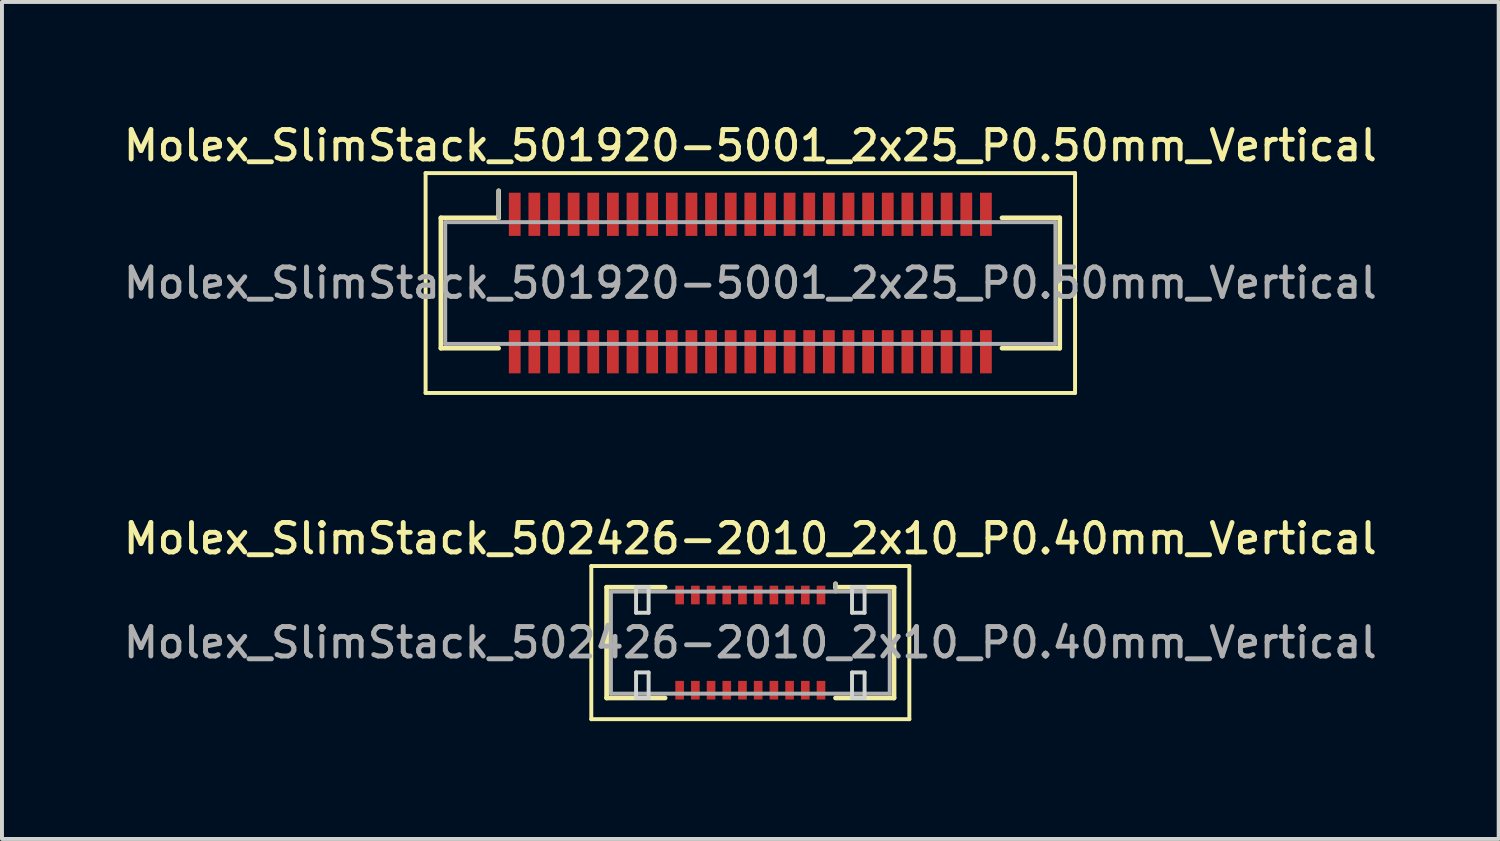
<source format=kicad_pcb>
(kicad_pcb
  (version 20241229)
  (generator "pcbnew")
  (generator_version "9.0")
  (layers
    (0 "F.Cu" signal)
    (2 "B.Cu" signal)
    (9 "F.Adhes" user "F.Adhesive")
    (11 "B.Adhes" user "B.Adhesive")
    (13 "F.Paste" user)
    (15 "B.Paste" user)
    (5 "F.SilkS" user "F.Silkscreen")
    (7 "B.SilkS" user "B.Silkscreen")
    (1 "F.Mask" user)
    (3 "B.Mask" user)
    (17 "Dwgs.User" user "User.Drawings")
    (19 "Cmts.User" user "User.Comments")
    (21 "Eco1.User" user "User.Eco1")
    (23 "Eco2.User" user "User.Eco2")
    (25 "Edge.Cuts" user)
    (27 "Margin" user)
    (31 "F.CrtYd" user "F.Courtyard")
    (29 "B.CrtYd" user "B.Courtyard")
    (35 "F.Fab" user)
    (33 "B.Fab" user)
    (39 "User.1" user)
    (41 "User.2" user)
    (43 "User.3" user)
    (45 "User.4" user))
  (footprint "Molex_SlimStack_502426-2010_2x10_P0.40mm_Vertical"
    (layer "F.Cu")
    (at 16.059 13.316)
    (property "Reference" "Molex_SlimStack_502426-2010_2x10_P0.40mm_Vertical" (at 0 -2.65 0) (layer "F.SilkS") (effects (font (size 0.75 0.75) (thickness 0.125))))
    (attr smd)
    (fp_line (start -4.05 -1.95) (end -4.05 1.95) (stroke (width 0.1) (type solid)) (layer "F.SilkS"))
    (fp_line (start -4.05 1.95) (end 4.05 1.95) (stroke (width 0.1) (type solid)) (layer "F.SilkS"))
    (fp_line (start -3.66 -1.41) (end -2.17 -1.41) (stroke (width 0.12) (type solid)) (layer "F.SilkS"))
    (fp_line (start -3.66 1.41) (end -3.66 -1.41) (stroke (width 0.12) (type solid)) (layer "F.SilkS"))
    (fp_line (start -2.17 1.41) (end -3.66 1.41) (stroke (width 0.12) (type solid)) (layer "F.SilkS"))
    (fp_line (start 2.17 -1.41) (end 2.17 -1.5) (stroke (width 0.12) (type solid)) (layer "F.SilkS"))
    (fp_line (start 2.17 1.41) (end 3.66 1.41) (stroke (width 0.12) (type solid)) (layer "F.SilkS"))
    (fp_line (start 3.66 -1.41) (end 2.17 -1.41) (stroke (width 0.12) (type solid)) (layer "F.SilkS"))
    (fp_line (start 3.66 1.41) (end 3.66 -1.41) (stroke (width 0.12) (type solid)) (layer "F.SilkS"))
    (fp_line (start 4.05 -1.95) (end -4.05 -1.95) (stroke (width 0.1) (type solid)) (layer "F.SilkS"))
    (fp_line (start 4.05 1.95) (end 4.05 -1.95) (stroke (width 0.1) (type solid)) (layer "F.SilkS"))
    (fp_line (start -2.91 -1.41) (end -2.91 -0.76) (stroke (width 0.1) (type solid)) (layer "Edge.Cuts"))
    (fp_line (start -2.91 -0.76) (end -2.59 -0.76) (stroke (width 0.1) (type solid)) (layer "Edge.Cuts"))
    (fp_line (start -2.91 0.76) (end -2.91 1.41) (stroke (width 0.1) (type solid)) (layer "Edge.Cuts"))
    (fp_line (start -2.91 1.41) (end -2.59 1.41) (stroke (width 0.1) (type solid)) (layer "Edge.Cuts"))
    (fp_line (start -2.59 -1.41) (end -2.91 -1.41) (stroke (width 0.1) (type solid)) (layer "Edge.Cuts"))
    (fp_line (start -2.59 -0.76) (end -2.59 -1.41) (stroke (width 0.1) (type solid)) (layer "Edge.Cuts"))
    (fp_line (start -2.59 0.76) (end -2.91 0.76) (stroke (width 0.1) (type solid)) (layer "Edge.Cuts"))
    (fp_line (start -2.59 1.41) (end -2.59 0.76) (stroke (width 0.1) (type solid)) (layer "Edge.Cuts"))
    (fp_line (start 2.59 -1.41) (end 2.59 -0.76) (stroke (width 0.1) (type solid)) (layer "Edge.Cuts"))
    (fp_line (start 2.59 -0.76) (end 2.91 -0.76) (stroke (width 0.1) (type solid)) (layer "Edge.Cuts"))
    (fp_line (start 2.59 0.76) (end 2.59 1.41) (stroke (width 0.1) (type solid)) (layer "Edge.Cuts"))
    (fp_line (start 2.59 1.41) (end 2.91 1.41) (stroke (width 0.1) (type solid)) (layer "Edge.Cuts"))
    (fp_line (start 2.91 -1.41) (end 2.59 -1.41) (stroke (width 0.1) (type solid)) (layer "Edge.Cuts"))
    (fp_line (start 2.91 -0.76) (end 2.91 -1.41) (stroke (width 0.1) (type solid)) (layer "Edge.Cuts"))
    (fp_line (start 2.91 0.76) (end 2.59 0.76) (stroke (width 0.1) (type solid)) (layer "Edge.Cuts"))
    (fp_line (start 2.91 1.41) (end 2.91 0.76) (stroke (width 0.1) (type solid)) (layer "Edge.Cuts"))
    (fp_line (start -3.55 -1.3) (end -3.55 1.3) (stroke (width 0.1) (type solid)) (layer "F.Fab"))
    (fp_line (start -3.55 1.3) (end 3.55 1.3) (stroke (width 0.1) (type solid)) (layer "F.Fab"))
    (fp_line (start 2.17 -1.3) (end 2.17 -1.5) (stroke (width 0.1) (type solid)) (layer "F.Fab"))
    (fp_line (start 3.55 -1.3) (end -3.55 -1.3) (stroke (width 0.1) (type solid)) (layer "F.Fab"))
    (fp_line (start 3.55 1.3) (end 3.55 -1.3) (stroke (width 0.1) (type solid)) (layer "F.Fab"))
    (fp_text user "${REFERENCE}" (at 0 0 0) (layer "F.Fab") (effects (font (size 0.75 0.75) (thickness 0.125))))
    (pad "1" smd rect (at 1.8 -1.212) (size 0.22 0.475) (layers "F.Cu" "F.Mask" "F.Paste"))
    (pad "2" smd rect (at 1.8 1.212) (size 0.22 0.475) (layers "F.Cu" "F.Mask" "F.Paste"))
    (pad "3" smd rect (at 1.4 -1.212) (size 0.22 0.475) (layers "F.Cu" "F.Mask" "F.Paste"))
    (pad "4" smd rect (at 1.4 1.212) (size 0.22 0.475) (layers "F.Cu" "F.Mask" "F.Paste"))
    (pad "5" smd rect (at 1 -1.212) (size 0.22 0.475) (layers "F.Cu" "F.Mask" "F.Paste"))
    (pad "6" smd rect (at 1 1.212) (size 0.22 0.475) (layers "F.Cu" "F.Mask" "F.Paste"))
    (pad "7" smd rect (at 0.6 -1.212) (size 0.22 0.475) (layers "F.Cu" "F.Mask" "F.Paste"))
    (pad "8" smd rect (at 0.6 1.212) (size 0.22 0.475) (layers "F.Cu" "F.Mask" "F.Paste"))
    (pad "9" smd rect (at 0.2 -1.212) (size 0.22 0.475) (layers "F.Cu" "F.Mask" "F.Paste"))
    (pad "10" smd rect (at 0.2 1.212) (size 0.22 0.475) (layers "F.Cu" "F.Mask" "F.Paste"))
    (pad "11" smd rect (at -0.2 -1.212) (size 0.22 0.475) (layers "F.Cu" "F.Mask" "F.Paste"))
    (pad "12" smd rect (at -0.2 1.212) (size 0.22 0.475) (layers "F.Cu" "F.Mask" "F.Paste"))
    (pad "13" smd rect (at -0.6 -1.212) (size 0.22 0.475) (layers "F.Cu" "F.Mask" "F.Paste"))
    (pad "14" smd rect (at -0.6 1.212) (size 0.22 0.475) (layers "F.Cu" "F.Mask" "F.Paste"))
    (pad "15" smd rect (at -1 -1.212) (size 0.22 0.475) (layers "F.Cu" "F.Mask" "F.Paste"))
    (pad "16" smd rect (at -1 1.212) (size 0.22 0.475) (layers "F.Cu" "F.Mask" "F.Paste"))
    (pad "17" smd rect (at -1.4 -1.212) (size 0.22 0.475) (layers "F.Cu" "F.Mask" "F.Paste"))
    (pad "18" smd rect (at -1.4 1.212) (size 0.22 0.475) (layers "F.Cu" "F.Mask" "F.Paste"))
    (pad "19" smd rect (at -1.8 -1.212) (size 0.22 0.475) (layers "F.Cu" "F.Mask" "F.Paste"))
    (pad "20" smd rect (at -1.8 1.212) (size 0.22 0.475) (layers "F.Cu" "F.Mask" "F.Paste")))
  (footprint "Molex_SlimStack_501920-5001_2x25_P0.50mm_Vertical"
    (layer "F.Cu")
    (at 16.059 4.158)
    (property "Reference" "Molex_SlimStack_501920-5001_2x25_P0.50mm_Vertical" (at 0 -3.5 0) (layer "F.SilkS") (effects (font (size 0.75 0.75) (thickness 0.125))))
    (attr smd)
    (fp_line (start -8.27 -2.8) (end -8.27 2.8) (stroke (width 0.1) (type solid)) (layer "F.SilkS"))
    (fp_line (start -8.27 2.8) (end 8.27 2.8) (stroke (width 0.1) (type solid)) (layer "F.SilkS"))
    (fp_line (start -7.88 -1.66) (end -6.41 -1.66) (stroke (width 0.12) (type solid)) (layer "F.SilkS"))
    (fp_line (start -7.88 1.66) (end -7.88 -1.66) (stroke (width 0.12) (type solid)) (layer "F.SilkS"))
    (fp_line (start -6.41 -1.66) (end -6.41 -2.35) (stroke (width 0.12) (type solid)) (layer "F.SilkS"))
    (fp_line (start -6.41 1.66) (end -7.88 1.66) (stroke (width 0.12) (type solid)) (layer "F.SilkS"))
    (fp_line (start 6.41 1.66) (end 7.88 1.66) (stroke (width 0.12) (type solid)) (layer "F.SilkS"))
    (fp_line (start 7.88 -1.66) (end 6.41 -1.66) (stroke (width 0.12) (type solid)) (layer "F.SilkS"))
    (fp_line (start 7.88 1.66) (end 7.88 -1.66) (stroke (width 0.12) (type solid)) (layer "F.SilkS"))
    (fp_line (start 8.27 -2.8) (end -8.27 -2.8) (stroke (width 0.1) (type solid)) (layer "F.SilkS"))
    (fp_line (start 8.27 2.8) (end 8.27 -2.8) (stroke (width 0.1) (type solid)) (layer "F.SilkS"))
    (fp_line (start -7.77 -1.55) (end -7.77 1.55) (stroke (width 0.1) (type solid)) (layer "F.Fab"))
    (fp_line (start -7.77 1.55) (end 7.77 1.55) (stroke (width 0.1) (type solid)) (layer "F.Fab"))
    (fp_line (start -6.41 -1.66) (end -6.41 -2.35) (stroke (width 0.1) (type solid)) (layer "F.Fab"))
    (fp_line (start 7.77 -1.55) (end -7.77 -1.55) (stroke (width 0.1) (type solid)) (layer "F.Fab"))
    (fp_line (start 7.77 1.55) (end 7.77 -1.55) (stroke (width 0.1) (type solid)) (layer "F.Fab"))
    (fp_text user "${REFERENCE}" (at 0 0 0) (layer "F.Fab") (effects (font (size 0.75 0.75) (thickness 0.125))))
    (pad "1" smd rect (at -6 -1.75) (size 0.3 1.1) (layers "F.Cu" "F.Mask" "F.Paste"))
    (pad "2" smd rect (at -6 1.75) (size 0.3 1.1) (layers "F.Cu" "F.Mask" "F.Paste"))
    (pad "3" smd rect (at -5.5 -1.75) (size 0.3 1.1) (layers "F.Cu" "F.Mask" "F.Paste"))
    (pad "4" smd rect (at -5.5 1.75) (size 0.3 1.1) (layers "F.Cu" "F.Mask" "F.Paste"))
    (pad "5" smd rect (at -5 -1.75) (size 0.3 1.1) (layers "F.Cu" "F.Mask" "F.Paste"))
    (pad "6" smd rect (at -5 1.75) (size 0.3 1.1) (layers "F.Cu" "F.Mask" "F.Paste"))
    (pad "7" smd rect (at -4.5 -1.75) (size 0.3 1.1) (layers "F.Cu" "F.Mask" "F.Paste"))
    (pad "8" smd rect (at -4.5 1.75) (size 0.3 1.1) (layers "F.Cu" "F.Mask" "F.Paste"))
    (pad "9" smd rect (at -4 -1.75) (size 0.3 1.1) (layers "F.Cu" "F.Mask" "F.Paste"))
    (pad "10" smd rect (at -4 1.75) (size 0.3 1.1) (layers "F.Cu" "F.Mask" "F.Paste"))
    (pad "11" smd rect (at -3.5 -1.75) (size 0.3 1.1) (layers "F.Cu" "F.Mask" "F.Paste"))
    (pad "12" smd rect (at -3.5 1.75) (size 0.3 1.1) (layers "F.Cu" "F.Mask" "F.Paste"))
    (pad "13" smd rect (at -3 -1.75) (size 0.3 1.1) (layers "F.Cu" "F.Mask" "F.Paste"))
    (pad "14" smd rect (at -3 1.75) (size 0.3 1.1) (layers "F.Cu" "F.Mask" "F.Paste"))
    (pad "15" smd rect (at -2.5 -1.75) (size 0.3 1.1) (layers "F.Cu" "F.Mask" "F.Paste"))
    (pad "16" smd rect (at -2.5 1.75) (size 0.3 1.1) (layers "F.Cu" "F.Mask" "F.Paste"))
    (pad "17" smd rect (at -2 -1.75) (size 0.3 1.1) (layers "F.Cu" "F.Mask" "F.Paste"))
    (pad "18" smd rect (at -2 1.75) (size 0.3 1.1) (layers "F.Cu" "F.Mask" "F.Paste"))
    (pad "19" smd rect (at -1.5 -1.75) (size 0.3 1.1) (layers "F.Cu" "F.Mask" "F.Paste"))
    (pad "20" smd rect (at -1.5 1.75) (size 0.3 1.1) (layers "F.Cu" "F.Mask" "F.Paste"))
    (pad "21" smd rect (at -1 -1.75) (size 0.3 1.1) (layers "F.Cu" "F.Mask" "F.Paste"))
    (pad "22" smd rect (at -1 1.75) (size 0.3 1.1) (layers "F.Cu" "F.Mask" "F.Paste"))
    (pad "23" smd rect (at -0.5 -1.75) (size 0.3 1.1) (layers "F.Cu" "F.Mask" "F.Paste"))
    (pad "24" smd rect (at -0.5 1.75) (size 0.3 1.1) (layers "F.Cu" "F.Mask" "F.Paste"))
    (pad "25" smd rect (at 0 -1.75) (size 0.3 1.1) (layers "F.Cu" "F.Mask" "F.Paste"))
    (pad "26" smd rect (at 0 1.75) (size 0.3 1.1) (layers "F.Cu" "F.Mask" "F.Paste"))
    (pad "27" smd rect (at 0.5 -1.75) (size 0.3 1.1) (layers "F.Cu" "F.Mask" "F.Paste"))
    (pad "28" smd rect (at 0.5 1.75) (size 0.3 1.1) (layers "F.Cu" "F.Mask" "F.Paste"))
    (pad "29" smd rect (at 1 -1.75) (size 0.3 1.1) (layers "F.Cu" "F.Mask" "F.Paste"))
    (pad "30" smd rect (at 1 1.75) (size 0.3 1.1) (layers "F.Cu" "F.Mask" "F.Paste"))
    (pad "31" smd rect (at 1.5 -1.75) (size 0.3 1.1) (layers "F.Cu" "F.Mask" "F.Paste"))
    (pad "32" smd rect (at 1.5 1.75) (size 0.3 1.1) (layers "F.Cu" "F.Mask" "F.Paste"))
    (pad "33" smd rect (at 2 -1.75) (size 0.3 1.1) (layers "F.Cu" "F.Mask" "F.Paste"))
    (pad "34" smd rect (at 2 1.75) (size 0.3 1.1) (layers "F.Cu" "F.Mask" "F.Paste"))
    (pad "35" smd rect (at 2.5 -1.75) (size 0.3 1.1) (layers "F.Cu" "F.Mask" "F.Paste"))
    (pad "36" smd rect (at 2.5 1.75) (size 0.3 1.1) (layers "F.Cu" "F.Mask" "F.Paste"))
    (pad "37" smd rect (at 3 -1.75) (size 0.3 1.1) (layers "F.Cu" "F.Mask" "F.Paste"))
    (pad "38" smd rect (at 3 1.75) (size 0.3 1.1) (layers "F.Cu" "F.Mask" "F.Paste"))
    (pad "39" smd rect (at 3.5 -1.75) (size 0.3 1.1) (layers "F.Cu" "F.Mask" "F.Paste"))
    (pad "40" smd rect (at 3.5 1.75) (size 0.3 1.1) (layers "F.Cu" "F.Mask" "F.Paste"))
    (pad "41" smd rect (at 4 -1.75) (size 0.3 1.1) (layers "F.Cu" "F.Mask" "F.Paste"))
    (pad "42" smd rect (at 4 1.75) (size 0.3 1.1) (layers "F.Cu" "F.Mask" "F.Paste"))
    (pad "43" smd rect (at 4.5 -1.75) (size 0.3 1.1) (layers "F.Cu" "F.Mask" "F.Paste"))
    (pad "44" smd rect (at 4.5 1.75) (size 0.3 1.1) (layers "F.Cu" "F.Mask" "F.Paste"))
    (pad "45" smd rect (at 5 -1.75) (size 0.3 1.1) (layers "F.Cu" "F.Mask" "F.Paste"))
    (pad "46" smd rect (at 5 1.75) (size 0.3 1.1) (layers "F.Cu" "F.Mask" "F.Paste"))
    (pad "47" smd rect (at 5.5 -1.75) (size 0.3 1.1) (layers "F.Cu" "F.Mask" "F.Paste"))
    (pad "48" smd rect (at 5.5 1.75) (size 0.3 1.1) (layers "F.Cu" "F.Mask" "F.Paste"))
    (pad "49" smd rect (at 6 -1.75) (size 0.3 1.1) (layers "F.Cu" "F.Mask" "F.Paste"))
    (pad "50" smd rect (at 6 1.75) (size 0.3 1.1) (layers "F.Cu" "F.Mask" "F.Paste")))
  (gr_rect
    (start -3 -3)
    (end 35.118 18.316)
    (stroke (width 0.1) (type default))
    (fill no)
    (layer "Edge.Cuts")))
</source>
